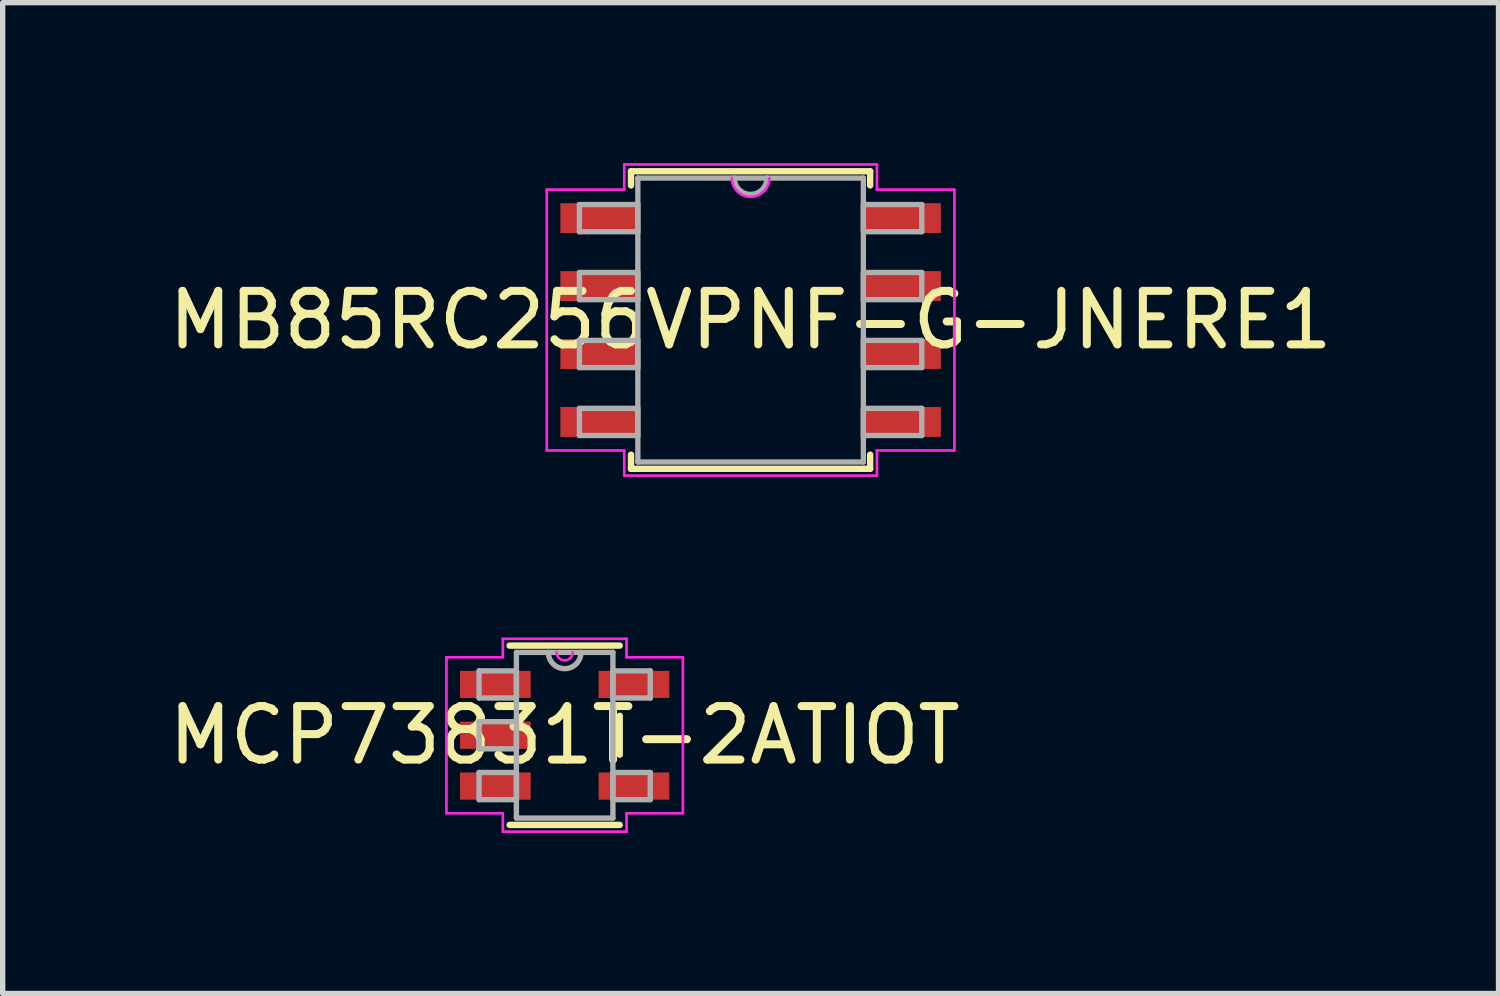
<source format=kicad_pcb>
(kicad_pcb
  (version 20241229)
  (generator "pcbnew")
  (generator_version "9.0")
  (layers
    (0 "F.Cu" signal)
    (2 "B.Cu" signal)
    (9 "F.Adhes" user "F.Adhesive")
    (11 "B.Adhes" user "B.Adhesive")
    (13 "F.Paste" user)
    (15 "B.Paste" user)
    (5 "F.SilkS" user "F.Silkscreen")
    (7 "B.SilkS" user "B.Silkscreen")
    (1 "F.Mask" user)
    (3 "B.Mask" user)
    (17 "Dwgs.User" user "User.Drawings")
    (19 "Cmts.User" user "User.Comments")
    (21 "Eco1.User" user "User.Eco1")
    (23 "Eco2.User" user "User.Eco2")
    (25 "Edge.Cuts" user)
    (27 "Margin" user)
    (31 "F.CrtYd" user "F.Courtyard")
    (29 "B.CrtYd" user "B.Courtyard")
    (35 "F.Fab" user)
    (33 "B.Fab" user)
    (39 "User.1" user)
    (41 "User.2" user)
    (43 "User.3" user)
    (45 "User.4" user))
  (footprint "MB85RC256VPNF-G-JNERE1"
    (layer "F.Cu")
    (at 10.982 2.933)
    (property "Reference" "MB85RC256VPNF-G-JNERE1" (at 0 0 0) (layer "F.SilkS") (effects (font (size 1 1) (thickness 0.15))))
    (attr through_hole)
    (fp_line (start -2.235 -2.781) (end -2.235 -2.517) (stroke (width 0.12) (type solid)) (layer "F.SilkS"))
    (fp_line (start -2.235 2.517) (end -2.235 2.781) (stroke (width 0.12) (type solid)) (layer "F.SilkS"))
    (fp_line (start -2.235 2.781) (end 2.235 2.781) (stroke (width 0.12) (type solid)) (layer "F.SilkS"))
    (fp_line (start 2.235 -2.781) (end -2.235 -2.781) (stroke (width 0.12) (type solid)) (layer "F.SilkS"))
    (fp_line (start 2.235 -2.517) (end 2.235 -2.781) (stroke (width 0.12) (type solid)) (layer "F.SilkS"))
    (fp_line (start 2.235 2.781) (end 2.235 2.517) (stroke (width 0.12) (type solid)) (layer "F.SilkS"))
    (fp_line (start -3.81 -2.438) (end -2.362 -2.438) (stroke (width 0.05) (type solid)) (layer "F.CrtYd"))
    (fp_line (start -3.81 2.438) (end -3.81 -2.438) (stroke (width 0.05) (type solid)) (layer "F.CrtYd"))
    (fp_line (start -2.362 -2.908) (end 2.362 -2.908) (stroke (width 0.05) (type solid)) (layer "F.CrtYd"))
    (fp_line (start -2.362 -2.438) (end -2.362 -2.908) (stroke (width 0.05) (type solid)) (layer "F.CrtYd"))
    (fp_line (start -2.362 2.438) (end -3.81 2.438) (stroke (width 0.05) (type solid)) (layer "F.CrtYd"))
    (fp_line (start -2.362 2.908) (end -2.362 2.438) (stroke (width 0.05) (type solid)) (layer "F.CrtYd"))
    (fp_line (start 2.362 -2.908) (end 2.362 -2.438) (stroke (width 0.05) (type solid)) (layer "F.CrtYd"))
    (fp_line (start 2.362 -2.438) (end 3.81 -2.438) (stroke (width 0.05) (type solid)) (layer "F.CrtYd"))
    (fp_line (start 2.362 2.438) (end 2.362 2.908) (stroke (width 0.05) (type solid)) (layer "F.CrtYd"))
    (fp_line (start 2.362 2.908) (end -2.362 2.908) (stroke (width 0.05) (type solid)) (layer "F.CrtYd"))
    (fp_line (start 3.81 -2.438) (end 3.81 2.438) (stroke (width 0.05) (type solid)) (layer "F.CrtYd"))
    (fp_line (start 3.81 2.438) (end 2.362 2.438) (stroke (width 0.05) (type solid)) (layer "F.CrtYd"))
    (fp_arc (start 0.351367 -2.6543) (mid 0 -2.302933) (end -0.351367 -2.6543) (stroke (width 0.05) (type solid)) (layer "F.CrtYd"))
    (fp_line (start -3.2 -2.159) (end -3.2 -1.651) (stroke (width 0.1) (type solid)) (layer "F.Fab"))
    (fp_line (start -3.2 -1.651) (end -2.108 -1.651) (stroke (width 0.1) (type solid)) (layer "F.Fab"))
    (fp_line (start -3.2 -0.889) (end -3.2 -0.381) (stroke (width 0.1) (type solid)) (layer "F.Fab"))
    (fp_line (start -3.2 -0.381) (end -2.108 -0.381) (stroke (width 0.1) (type solid)) (layer "F.Fab"))
    (fp_line (start -3.2 0.381) (end -3.2 0.889) (stroke (width 0.1) (type solid)) (layer "F.Fab"))
    (fp_line (start -3.2 0.889) (end -2.108 0.889) (stroke (width 0.1) (type solid)) (layer "F.Fab"))
    (fp_line (start -3.2 1.651) (end -3.2 2.159) (stroke (width 0.1) (type solid)) (layer "F.Fab"))
    (fp_line (start -3.2 2.159) (end -2.108 2.159) (stroke (width 0.1) (type solid)) (layer "F.Fab"))
    (fp_line (start -2.108 -2.654) (end -2.108 2.654) (stroke (width 0.1) (type solid)) (layer "F.Fab"))
    (fp_line (start -2.108 -2.159) (end -3.2 -2.159) (stroke (width 0.1) (type solid)) (layer "F.Fab"))
    (fp_line (start -2.108 -1.651) (end -2.108 -2.159) (stroke (width 0.1) (type solid)) (layer "F.Fab"))
    (fp_line (start -2.108 -0.889) (end -3.2 -0.889) (stroke (width 0.1) (type solid)) (layer "F.Fab"))
    (fp_line (start -2.108 -0.381) (end -2.108 -0.889) (stroke (width 0.1) (type solid)) (layer "F.Fab"))
    (fp_line (start -2.108 0.381) (end -3.2 0.381) (stroke (width 0.1) (type solid)) (layer "F.Fab"))
    (fp_line (start -2.108 0.889) (end -2.108 0.381) (stroke (width 0.1) (type solid)) (layer "F.Fab"))
    (fp_line (start -2.108 1.651) (end -3.2 1.651) (stroke (width 0.1) (type solid)) (layer "F.Fab"))
    (fp_line (start -2.108 2.159) (end -2.108 1.651) (stroke (width 0.1) (type solid)) (layer "F.Fab"))
    (fp_line (start -2.108 2.654) (end 2.108 2.654) (stroke (width 0.1) (type solid)) (layer "F.Fab"))
    (fp_line (start 2.108 -2.654) (end -2.108 -2.654) (stroke (width 0.1) (type solid)) (layer "F.Fab"))
    (fp_line (start 2.108 -2.159) (end 2.108 -1.651) (stroke (width 0.1) (type solid)) (layer "F.Fab"))
    (fp_line (start 2.108 -1.651) (end 3.2 -1.651) (stroke (width 0.1) (type solid)) (layer "F.Fab"))
    (fp_line (start 2.108 -0.889) (end 2.108 -0.381) (stroke (width 0.1) (type solid)) (layer "F.Fab"))
    (fp_line (start 2.108 -0.381) (end 3.2 -0.381) (stroke (width 0.1) (type solid)) (layer "F.Fab"))
    (fp_line (start 2.108 0.381) (end 2.108 0.889) (stroke (width 0.1) (type solid)) (layer "F.Fab"))
    (fp_line (start 2.108 0.889) (end 3.2 0.889) (stroke (width 0.1) (type solid)) (layer "F.Fab"))
    (fp_line (start 2.108 1.651) (end 2.108 2.159) (stroke (width 0.1) (type solid)) (layer "F.Fab"))
    (fp_line (start 2.108 2.159) (end 3.2 2.159) (stroke (width 0.1) (type solid)) (layer "F.Fab"))
    (fp_line (start 2.108 2.654) (end 2.108 -2.654) (stroke (width 0.1) (type solid)) (layer "F.Fab"))
    (fp_line (start 3.2 -2.159) (end 2.108 -2.159) (stroke (width 0.1) (type solid)) (layer "F.Fab"))
    (fp_line (start 3.2 -1.651) (end 3.2 -2.159) (stroke (width 0.1) (type solid)) (layer "F.Fab"))
    (fp_line (start 3.2 -0.889) (end 2.108 -0.889) (stroke (width 0.1) (type solid)) (layer "F.Fab"))
    (fp_line (start 3.2 -0.381) (end 3.2 -0.889) (stroke (width 0.1) (type solid)) (layer "F.Fab"))
    (fp_line (start 3.2 0.381) (end 2.108 0.381) (stroke (width 0.1) (type solid)) (layer "F.Fab"))
    (fp_line (start 3.2 0.889) (end 3.2 0.381) (stroke (width 0.1) (type solid)) (layer "F.Fab"))
    (fp_line (start 3.2 1.651) (end 2.108 1.651) (stroke (width 0.1) (type solid)) (layer "F.Fab"))
    (fp_line (start 3.2 2.159) (end 3.2 1.651) (stroke (width 0.1) (type solid)) (layer "F.Fab"))
    (fp_arc (start 0.3048 -2.6543) (mid 0 -2.3495) (end -0.3048 -2.6543) (stroke (width 0.1) (type solid)) (layer "F.Fab"))
    (pad "1" smd rect (at -2.832 -1.905) (size 1.448 0.559) (layers "F.Cu" "F.Mask" "F.Paste"))
    (pad "2" smd rect (at -2.832 -0.635) (size 1.448 0.559) (layers "F.Cu" "F.Mask" "F.Paste"))
    (pad "3" smd rect (at -2.832 0.635) (size 1.448 0.559) (layers "F.Cu" "F.Mask" "F.Paste"))
    (pad "4" smd rect (at -2.832 1.905) (size 1.448 0.559) (layers "F.Cu" "F.Mask" "F.Paste"))
    (pad "5" smd rect (at 2.832 1.905) (size 1.448 0.559) (layers "F.Cu" "F.Mask" "F.Paste"))
    (pad "6" smd rect (at 2.832 0.635) (size 1.448 0.559) (layers "F.Cu" "F.Mask" "F.Paste"))
    (pad "7" smd rect (at 2.832 -0.635) (size 1.448 0.559) (layers "F.Cu" "F.Mask" "F.Paste"))
    (pad "8" smd rect (at 2.832 -1.905) (size 1.448 0.559) (layers "F.Cu" "F.Mask" "F.Paste")))
  (footprint "MCP73831T-2ATIOT"
    (layer "F.Cu")
    (at 7.506 10.695)
    (property "Reference" "MCP73831T-2ATIOT" (at 0 0 0) (layer "F.SilkS") (effects (font (size 1 1) (thickness 0.15))))
    (attr through_hole)
    (fp_line (start -1.029 1.676) (end 1.029 1.676) (stroke (width 0.12) (type solid)) (layer "F.SilkS"))
    (fp_line (start 1.029 -1.676) (end -1.029 -1.676) (stroke (width 0.12) (type solid)) (layer "F.SilkS"))
    (fp_line (start 1.029 0.363) (end 1.029 -0.363) (stroke (width 0.12) (type solid)) (layer "F.SilkS"))
    (fp_line (start -2.21 -1.458) (end -1.156 -1.458) (stroke (width 0.05) (type solid)) (layer "F.CrtYd"))
    (fp_line (start -2.21 1.458) (end -2.21 -1.458) (stroke (width 0.05) (type solid)) (layer "F.CrtYd"))
    (fp_line (start -1.156 -1.803) (end 1.156 -1.803) (stroke (width 0.05) (type solid)) (layer "F.CrtYd"))
    (fp_line (start -1.156 -1.458) (end -1.156 -1.803) (stroke (width 0.05) (type solid)) (layer "F.CrtYd"))
    (fp_line (start -1.156 1.458) (end -2.21 1.458) (stroke (width 0.05) (type solid)) (layer "F.CrtYd"))
    (fp_line (start -1.156 1.803) (end -1.156 1.458) (stroke (width 0.05) (type solid)) (layer "F.CrtYd"))
    (fp_line (start 1.156 -1.803) (end 1.156 -1.458) (stroke (width 0.05) (type solid)) (layer "F.CrtYd"))
    (fp_line (start 1.156 -1.458) (end 2.21 -1.458) (stroke (width 0.05) (type solid)) (layer "F.CrtYd"))
    (fp_line (start 1.156 1.458) (end 1.156 1.803) (stroke (width 0.05) (type solid)) (layer "F.CrtYd"))
    (fp_line (start 1.156 1.803) (end -1.156 1.803) (stroke (width 0.05) (type solid)) (layer "F.CrtYd"))
    (fp_line (start 2.21 -1.458) (end 2.21 1.458) (stroke (width 0.05) (type solid)) (layer "F.CrtYd"))
    (fp_line (start 2.21 1.458) (end 1.156 1.458) (stroke (width 0.05) (type solid)) (layer "F.CrtYd"))
    (fp_arc (start 0.150283 -1.5494) (mid 0 -1.399117) (end -0.150283 -1.5494) (stroke (width 0.05) (type solid)) (layer "F.CrtYd"))
    (fp_line (start -1.6 -1.204) (end -1.6 -0.696) (stroke (width 0.1) (type solid)) (layer "F.Fab"))
    (fp_line (start -1.6 -0.696) (end -0.902 -0.696) (stroke (width 0.1) (type solid)) (layer "F.Fab"))
    (fp_line (start -1.6 -0.254) (end -1.6 0.254) (stroke (width 0.1) (type solid)) (layer "F.Fab"))
    (fp_line (start -1.6 0.254) (end -0.902 0.254) (stroke (width 0.1) (type solid)) (layer "F.Fab"))
    (fp_line (start -1.6 0.696) (end -1.6 1.204) (stroke (width 0.1) (type solid)) (layer "F.Fab"))
    (fp_line (start -1.6 1.204) (end -0.902 1.204) (stroke (width 0.1) (type solid)) (layer "F.Fab"))
    (fp_line (start -0.902 -1.549) (end -0.902 1.549) (stroke (width 0.1) (type solid)) (layer "F.Fab"))
    (fp_line (start -0.902 -1.204) (end -1.6 -1.204) (stroke (width 0.1) (type solid)) (layer "F.Fab"))
    (fp_line (start -0.902 -0.696) (end -0.902 -1.204) (stroke (width 0.1) (type solid)) (layer "F.Fab"))
    (fp_line (start -0.902 -0.254) (end -1.6 -0.254) (stroke (width 0.1) (type solid)) (layer "F.Fab"))
    (fp_line (start -0.902 0.254) (end -0.902 -0.254) (stroke (width 0.1) (type solid)) (layer "F.Fab"))
    (fp_line (start -0.902 0.696) (end -1.6 0.696) (stroke (width 0.1) (type solid)) (layer "F.Fab"))
    (fp_line (start -0.902 1.204) (end -0.902 0.696) (stroke (width 0.1) (type solid)) (layer "F.Fab"))
    (fp_line (start -0.902 1.549) (end 0.902 1.549) (stroke (width 0.1) (type solid)) (layer "F.Fab"))
    (fp_line (start 0.902 -1.549) (end -0.902 -1.549) (stroke (width 0.1) (type solid)) (layer "F.Fab"))
    (fp_line (start 0.902 -1.204) (end 0.902 -0.696) (stroke (width 0.1) (type solid)) (layer "F.Fab"))
    (fp_line (start 0.902 -0.696) (end 1.6 -0.696) (stroke (width 0.1) (type solid)) (layer "F.Fab"))
    (fp_line (start 0.902 0.696) (end 0.902 1.204) (stroke (width 0.1) (type solid)) (layer "F.Fab"))
    (fp_line (start 0.902 1.204) (end 1.6 1.204) (stroke (width 0.1) (type solid)) (layer "F.Fab"))
    (fp_line (start 0.902 1.549) (end 0.902 -1.549) (stroke (width 0.1) (type solid)) (layer "F.Fab"))
    (fp_line (start 1.6 -1.204) (end 0.902 -1.204) (stroke (width 0.1) (type solid)) (layer "F.Fab"))
    (fp_line (start 1.6 -0.696) (end 1.6 -1.204) (stroke (width 0.1) (type solid)) (layer "F.Fab"))
    (fp_line (start 1.6 0.696) (end 0.902 0.696) (stroke (width 0.1) (type solid)) (layer "F.Fab"))
    (fp_line (start 1.6 1.204) (end 1.6 0.696) (stroke (width 0.1) (type solid)) (layer "F.Fab"))
    (fp_arc (start 0.3048 -1.5494) (mid 0 -1.2446) (end -0.3048 -1.5494) (stroke (width 0.1) (type solid)) (layer "F.Fab"))
    (pad "1" smd rect (at -1.295 -0.95) (size 1.321 0.508) (layers "F.Cu" "F.Mask" "F.Paste"))
    (pad "2" smd rect (at -1.295 0) (size 1.321 0.508) (layers "F.Cu" "F.Mask" "F.Paste"))
    (pad "3" smd rect (at -1.295 0.95) (size 1.321 0.508) (layers "F.Cu" "F.Mask" "F.Paste"))
    (pad "4" smd rect (at 1.295 0.95) (size 1.321 0.508) (layers "F.Cu" "F.Mask" "F.Paste"))
    (pad "5" smd rect (at 1.295 -0.95) (size 1.321 0.508) (layers "F.Cu" "F.Mask" "F.Paste")))
  (gr_rect
    (start -3 -3)
    (end 24.964 15.523)
    (stroke (width 0.1) (type default))
    (fill no)
    (layer "Edge.Cuts")))
</source>
